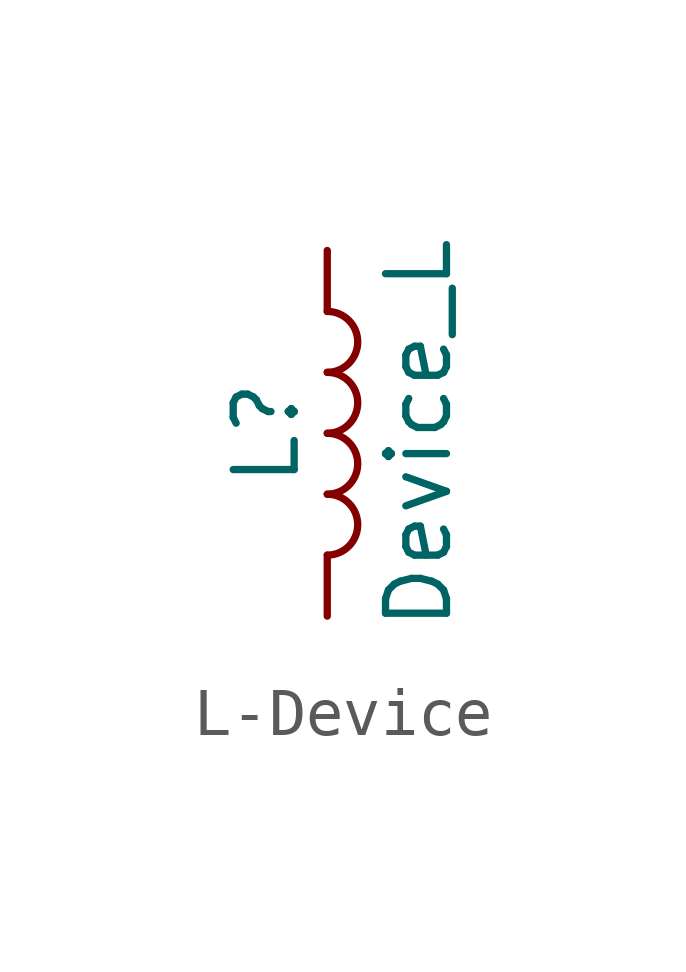
<source format=kicad_sym>
(kicad_symbol_lib
  (version 20220914)
  (generator kicad_symbol_editor)
  (symbol "L-Device"
    (pin_numbers hide)
    (pin_names
      (offset 1.016) hide)
    (property "Reference" "L"
      (at -1.27 0 90)
      (effects (font (size 1.27 1.27))))
    (property "Value" "Device_L"
      (at 1.905 0 90)
      (effects (font (size 1.27 1.27))))
    (symbol "L-Device_0_1"
      (arc (start 0 -2.54) (mid 0.6323 -1.905) (end 0 -1.27) (stroke (width 0) (type solid)) (fill (type none)))
      (arc (start 0 -1.27) (mid 0.6323 -0.635) (end 0 0) (stroke (width 0) (type solid)) (fill (type none)))
      (arc (start 0 0) (mid 0.6323 0.635) (end 0 1.27) (stroke (width 0) (type solid)) (fill (type none)))
      (arc (start 0 1.27) (mid 0.6323 1.905) (end 0 2.54) (stroke (width 0) (type solid)) (fill (type none))))
    (symbol "L-Device_1_1"
      (pin passive line (at 0 3.81 270) (length 1.27) (name "1" (effects (font (size 1.27 1.27)))) (number "1" (effects (font (size 1.27 1.27)))))
      (pin passive line (at 0 -3.81 90) (length 1.27) (name "2" (effects (font (size 1.27 1.27)))) (number "2" (effects (font (size 1.27 1.27))))))))
</source>
